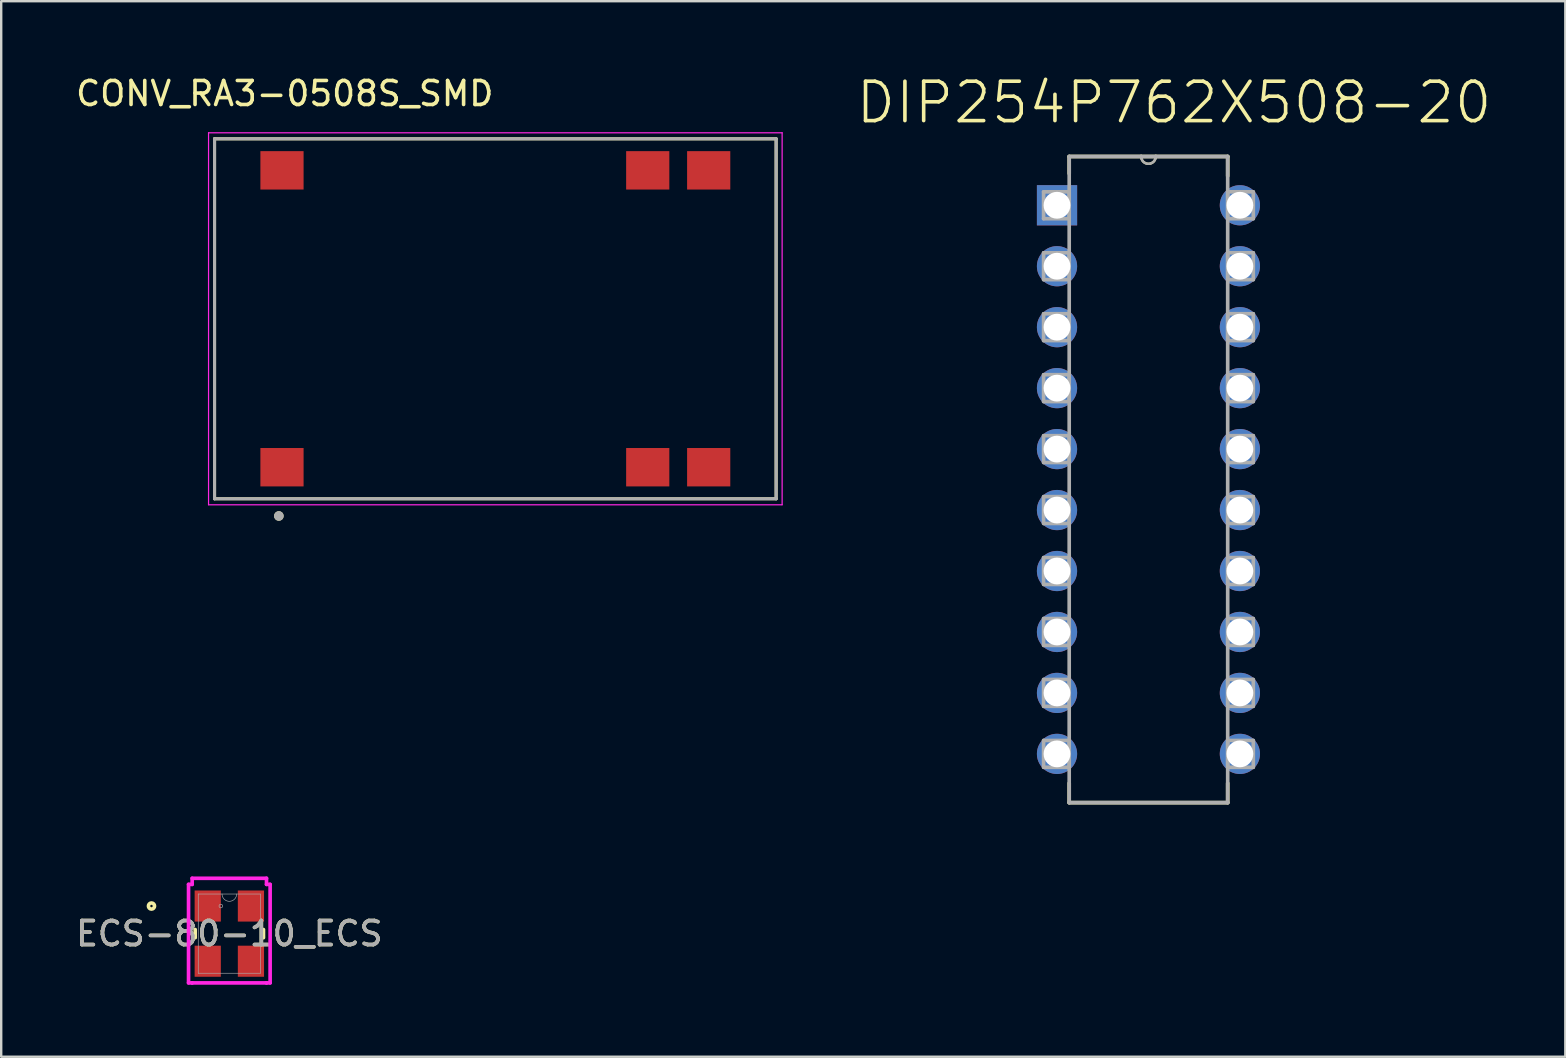
<source format=kicad_pcb>
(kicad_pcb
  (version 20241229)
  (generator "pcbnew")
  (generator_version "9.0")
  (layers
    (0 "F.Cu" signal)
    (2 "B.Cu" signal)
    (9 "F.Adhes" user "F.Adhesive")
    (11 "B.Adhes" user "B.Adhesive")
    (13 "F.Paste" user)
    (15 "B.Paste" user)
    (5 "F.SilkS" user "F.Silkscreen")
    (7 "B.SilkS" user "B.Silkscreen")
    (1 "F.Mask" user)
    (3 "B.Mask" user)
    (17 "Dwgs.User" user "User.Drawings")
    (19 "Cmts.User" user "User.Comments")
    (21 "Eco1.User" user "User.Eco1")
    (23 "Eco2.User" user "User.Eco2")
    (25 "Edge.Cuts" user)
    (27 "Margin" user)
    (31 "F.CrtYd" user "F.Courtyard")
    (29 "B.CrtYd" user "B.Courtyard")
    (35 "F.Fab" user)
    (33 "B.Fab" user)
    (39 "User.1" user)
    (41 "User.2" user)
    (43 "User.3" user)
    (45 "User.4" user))
  (footprint "DIP254P762X508-20"
    (layer "F.Cu")
    (at 48.614 28.363)
    (property "Reference" "DIP254P762X508-20" (at -2.744 -27.14 0) (layer "F.SilkS") (effects (font (size 1.641 1.641) (thickness 0.15))))
    (attr through_hole)
    (fp_line (start -7.112 -24.892) (end -7.112 -24.181) (stroke (width 0.152) (type solid)) (layer "F.SilkS"))
    (fp_line (start -7.112 1.219) (end -7.112 2.032) (stroke (width 0.152) (type solid)) (layer "F.SilkS"))
    (fp_line (start -7.112 2.032) (end -0.508 2.032) (stroke (width 0.152) (type solid)) (layer "F.SilkS"))
    (fp_line (start -4.115 -24.892) (end -7.112 -24.892) (stroke (width 0.152) (type solid)) (layer "F.SilkS"))
    (fp_line (start -3.505 -24.892) (end -4.115 -24.892) (stroke (width 0.152) (type solid)) (layer "F.SilkS"))
    (fp_line (start -0.508 -24.892) (end -3.505 -24.892) (stroke (width 0.152) (type solid)) (layer "F.SilkS"))
    (fp_line (start -0.508 -24.079) (end -0.508 -24.892) (stroke (width 0.152) (type solid)) (layer "F.SilkS"))
    (fp_line (start -0.508 2.032) (end -0.508 1.219) (stroke (width 0.152) (type solid)) (layer "F.SilkS"))
    (fp_arc (start -3.5052 -24.892) (mid -3.81 -24.5872) (end -4.1148 -24.892) (stroke (width 0.1) (type solid)) (layer "F.SilkS"))
    (fp_line (start -8.179 -23.419) (end -8.179 -22.301) (stroke (width 0.152) (type solid)) (layer "F.Fab"))
    (fp_line (start -8.179 -22.301) (end -7.112 -22.301) (stroke (width 0.152) (type solid)) (layer "F.Fab"))
    (fp_line (start -8.179 -20.879) (end -8.179 -19.761) (stroke (width 0.152) (type solid)) (layer "F.Fab"))
    (fp_line (start -8.179 -19.761) (end -7.112 -19.761) (stroke (width 0.152) (type solid)) (layer "F.Fab"))
    (fp_line (start -8.179 -18.339) (end -8.179 -17.221) (stroke (width 0.152) (type solid)) (layer "F.Fab"))
    (fp_line (start -8.179 -17.221) (end -7.112 -17.221) (stroke (width 0.152) (type solid)) (layer "F.Fab"))
    (fp_line (start -8.179 -15.799) (end -8.179 -14.681) (stroke (width 0.152) (type solid)) (layer "F.Fab"))
    (fp_line (start -8.179 -14.681) (end -7.112 -14.681) (stroke (width 0.152) (type solid)) (layer "F.Fab"))
    (fp_line (start -8.179 -13.259) (end -8.179 -12.141) (stroke (width 0.152) (type solid)) (layer "F.Fab"))
    (fp_line (start -8.179 -12.141) (end -7.112 -12.141) (stroke (width 0.152) (type solid)) (layer "F.Fab"))
    (fp_line (start -8.179 -10.719) (end -8.179 -9.601) (stroke (width 0.152) (type solid)) (layer "F.Fab"))
    (fp_line (start -8.179 -9.601) (end -7.112 -9.601) (stroke (width 0.152) (type solid)) (layer "F.Fab"))
    (fp_line (start -8.179 -8.179) (end -8.179 -7.061) (stroke (width 0.152) (type solid)) (layer "F.Fab"))
    (fp_line (start -8.179 -7.061) (end -7.112 -7.061) (stroke (width 0.152) (type solid)) (layer "F.Fab"))
    (fp_line (start -8.179 -5.639) (end -8.179 -4.521) (stroke (width 0.152) (type solid)) (layer "F.Fab"))
    (fp_line (start -8.179 -4.521) (end -7.112 -4.521) (stroke (width 0.152) (type solid)) (layer "F.Fab"))
    (fp_line (start -8.179 -3.099) (end -8.179 -1.981) (stroke (width 0.152) (type solid)) (layer "F.Fab"))
    (fp_line (start -8.179 -1.981) (end -7.112 -1.981) (stroke (width 0.152) (type solid)) (layer "F.Fab"))
    (fp_line (start -8.179 -0.559) (end -8.179 0.559) (stroke (width 0.152) (type solid)) (layer "F.Fab"))
    (fp_line (start -8.179 0.559) (end -7.112 0.559) (stroke (width 0.152) (type solid)) (layer "F.Fab"))
    (fp_line (start -7.112 -24.892) (end -7.112 2.032) (stroke (width 0.152) (type solid)) (layer "F.Fab"))
    (fp_line (start -7.112 -23.419) (end -8.179 -23.419) (stroke (width 0.152) (type solid)) (layer "F.Fab"))
    (fp_line (start -7.112 -22.301) (end -7.112 -23.419) (stroke (width 0.152) (type solid)) (layer "F.Fab"))
    (fp_line (start -7.112 -20.879) (end -8.179 -20.879) (stroke (width 0.152) (type solid)) (layer "F.Fab"))
    (fp_line (start -7.112 -19.761) (end -7.112 -20.879) (stroke (width 0.152) (type solid)) (layer "F.Fab"))
    (fp_line (start -7.112 -18.339) (end -8.179 -18.339) (stroke (width 0.152) (type solid)) (layer "F.Fab"))
    (fp_line (start -7.112 -17.221) (end -7.112 -18.339) (stroke (width 0.152) (type solid)) (layer "F.Fab"))
    (fp_line (start -7.112 -15.799) (end -8.179 -15.799) (stroke (width 0.152) (type solid)) (layer "F.Fab"))
    (fp_line (start -7.112 -14.681) (end -7.112 -15.799) (stroke (width 0.152) (type solid)) (layer "F.Fab"))
    (fp_line (start -7.112 -13.259) (end -8.179 -13.259) (stroke (width 0.152) (type solid)) (layer "F.Fab"))
    (fp_line (start -7.112 -12.141) (end -7.112 -13.259) (stroke (width 0.152) (type solid)) (layer "F.Fab"))
    (fp_line (start -7.112 -10.719) (end -8.179 -10.719) (stroke (width 0.152) (type solid)) (layer "F.Fab"))
    (fp_line (start -7.112 -9.601) (end -7.112 -10.719) (stroke (width 0.152) (type solid)) (layer "F.Fab"))
    (fp_line (start -7.112 -8.179) (end -8.179 -8.179) (stroke (width 0.152) (type solid)) (layer "F.Fab"))
    (fp_line (start -7.112 -7.061) (end -7.112 -8.179) (stroke (width 0.152) (type solid)) (layer "F.Fab"))
    (fp_line (start -7.112 -5.639) (end -8.179 -5.639) (stroke (width 0.152) (type solid)) (layer "F.Fab"))
    (fp_line (start -7.112 -4.521) (end -7.112 -5.639) (stroke (width 0.152) (type solid)) (layer "F.Fab"))
    (fp_line (start -7.112 -3.099) (end -8.179 -3.099) (stroke (width 0.152) (type solid)) (layer "F.Fab"))
    (fp_line (start -7.112 -1.981) (end -7.112 -3.099) (stroke (width 0.152) (type solid)) (layer "F.Fab"))
    (fp_line (start -7.112 -0.559) (end -8.179 -0.559) (stroke (width 0.152) (type solid)) (layer "F.Fab"))
    (fp_line (start -7.112 0.559) (end -7.112 -0.559) (stroke (width 0.152) (type solid)) (layer "F.Fab"))
    (fp_line (start -7.112 2.032) (end -0.508 2.032) (stroke (width 0.152) (type solid)) (layer "F.Fab"))
    (fp_line (start -4.115 -24.892) (end -7.112 -24.892) (stroke (width 0.152) (type solid)) (layer "F.Fab"))
    (fp_line (start -3.505 -24.892) (end -4.115 -24.892) (stroke (width 0.152) (type solid)) (layer "F.Fab"))
    (fp_line (start -0.508 -24.892) (end -3.505 -24.892) (stroke (width 0.152) (type solid)) (layer "F.Fab"))
    (fp_line (start -0.508 -23.419) (end -0.508 -22.301) (stroke (width 0.152) (type solid)) (layer "F.Fab"))
    (fp_line (start -0.508 -22.301) (end 0.559 -22.301) (stroke (width 0.152) (type solid)) (layer "F.Fab"))
    (fp_line (start -0.508 -20.879) (end -0.508 -19.761) (stroke (width 0.152) (type solid)) (layer "F.Fab"))
    (fp_line (start -0.508 -19.761) (end 0.559 -19.761) (stroke (width 0.152) (type solid)) (layer "F.Fab"))
    (fp_line (start -0.508 -18.339) (end -0.508 -17.221) (stroke (width 0.152) (type solid)) (layer "F.Fab"))
    (fp_line (start -0.508 -17.221) (end 0.559 -17.221) (stroke (width 0.152) (type solid)) (layer "F.Fab"))
    (fp_line (start -0.508 -15.799) (end -0.508 -14.681) (stroke (width 0.152) (type solid)) (layer "F.Fab"))
    (fp_line (start -0.508 -14.681) (end 0.559 -14.681) (stroke (width 0.152) (type solid)) (layer "F.Fab"))
    (fp_line (start -0.508 -13.259) (end -0.508 -12.141) (stroke (width 0.152) (type solid)) (layer "F.Fab"))
    (fp_line (start -0.508 -12.141) (end 0.559 -12.141) (stroke (width 0.152) (type solid)) (layer "F.Fab"))
    (fp_line (start -0.508 -10.719) (end -0.508 -9.601) (stroke (width 0.152) (type solid)) (layer "F.Fab"))
    (fp_line (start -0.508 -9.601) (end 0.559 -9.601) (stroke (width 0.152) (type solid)) (layer "F.Fab"))
    (fp_line (start -0.508 -8.179) (end -0.508 -7.061) (stroke (width 0.152) (type solid)) (layer "F.Fab"))
    (fp_line (start -0.508 -7.061) (end 0.559 -7.061) (stroke (width 0.152) (type solid)) (layer "F.Fab"))
    (fp_line (start -0.508 -5.639) (end -0.508 -4.521) (stroke (width 0.152) (type solid)) (layer "F.Fab"))
    (fp_line (start -0.508 -4.521) (end 0.559 -4.521) (stroke (width 0.152) (type solid)) (layer "F.Fab"))
    (fp_line (start -0.508 -3.099) (end -0.508 -1.981) (stroke (width 0.152) (type solid)) (layer "F.Fab"))
    (fp_line (start -0.508 -1.981) (end 0.559 -1.981) (stroke (width 0.152) (type solid)) (layer "F.Fab"))
    (fp_line (start -0.508 -0.559) (end -0.508 0.559) (stroke (width 0.152) (type solid)) (layer "F.Fab"))
    (fp_line (start -0.508 0.559) (end 0.559 0.559) (stroke (width 0.152) (type solid)) (layer "F.Fab"))
    (fp_line (start -0.508 2.032) (end -0.508 -24.892) (stroke (width 0.152) (type solid)) (layer "F.Fab"))
    (fp_line (start 0.559 -23.419) (end -0.508 -23.419) (stroke (width 0.152) (type solid)) (layer "F.Fab"))
    (fp_line (start 0.559 -22.301) (end 0.559 -23.419) (stroke (width 0.152) (type solid)) (layer "F.Fab"))
    (fp_line (start 0.559 -20.879) (end -0.508 -20.879) (stroke (width 0.152) (type solid)) (layer "F.Fab"))
    (fp_line (start 0.559 -19.761) (end 0.559 -20.879) (stroke (width 0.152) (type solid)) (layer "F.Fab"))
    (fp_line (start 0.559 -18.339) (end -0.508 -18.339) (stroke (width 0.152) (type solid)) (layer "F.Fab"))
    (fp_line (start 0.559 -17.221) (end 0.559 -18.339) (stroke (width 0.152) (type solid)) (layer "F.Fab"))
    (fp_line (start 0.559 -15.799) (end -0.508 -15.799) (stroke (width 0.152) (type solid)) (layer "F.Fab"))
    (fp_line (start 0.559 -14.681) (end 0.559 -15.799) (stroke (width 0.152) (type solid)) (layer "F.Fab"))
    (fp_line (start 0.559 -13.259) (end -0.508 -13.259) (stroke (width 0.152) (type solid)) (layer "F.Fab"))
    (fp_line (start 0.559 -12.141) (end 0.559 -13.259) (stroke (width 0.152) (type solid)) (layer "F.Fab"))
    (fp_line (start 0.559 -10.719) (end -0.508 -10.719) (stroke (width 0.152) (type solid)) (layer "F.Fab"))
    (fp_line (start 0.559 -9.601) (end 0.559 -10.719) (stroke (width 0.152) (type solid)) (layer "F.Fab"))
    (fp_line (start 0.559 -8.179) (end -0.508 -8.179) (stroke (width 0.152) (type solid)) (layer "F.Fab"))
    (fp_line (start 0.559 -7.061) (end 0.559 -8.179) (stroke (width 0.152) (type solid)) (layer "F.Fab"))
    (fp_line (start 0.559 -5.639) (end -0.508 -5.639) (stroke (width 0.152) (type solid)) (layer "F.Fab"))
    (fp_line (start 0.559 -4.521) (end 0.559 -5.639) (stroke (width 0.152) (type solid)) (layer "F.Fab"))
    (fp_line (start 0.559 -3.099) (end -0.508 -3.099) (stroke (width 0.152) (type solid)) (layer "F.Fab"))
    (fp_line (start 0.559 -1.981) (end 0.559 -3.099) (stroke (width 0.152) (type solid)) (layer "F.Fab"))
    (fp_line (start 0.559 -0.559) (end -0.508 -0.559) (stroke (width 0.152) (type solid)) (layer "F.Fab"))
    (fp_line (start 0.559 0.559) (end 0.559 -0.559) (stroke (width 0.152) (type solid)) (layer "F.Fab"))
    (fp_arc (start -3.5052 -24.892) (mid -3.81 -24.5872) (end -4.1148 -24.892) (stroke (width 0.1) (type solid)) (layer "F.Fab"))
    (pad "1" thru_hole rect (at -7.62 -22.86) (size 1.676 1.676) (drill 1.118) (layers "*.Cu" "*.Mask"))
    (pad "2" thru_hole circle (at -7.62 -20.32) (size 1.676 1.676) (drill 1.118) (layers "*.Cu" "*.Mask"))
    (pad "3" thru_hole circle (at -7.62 -17.78) (size 1.676 1.676) (drill 1.118) (layers "*.Cu" "*.Mask"))
    (pad "4" thru_hole circle (at -7.62 -15.24) (size 1.676 1.676) (drill 1.118) (layers "*.Cu" "*.Mask"))
    (pad "5" thru_hole circle (at -7.62 -12.7) (size 1.676 1.676) (drill 1.118) (layers "*.Cu" "*.Mask"))
    (pad "6" thru_hole circle (at -7.62 -10.16) (size 1.676 1.676) (drill 1.118) (layers "*.Cu" "*.Mask"))
    (pad "7" thru_hole circle (at -7.62 -7.62) (size 1.676 1.676) (drill 1.118) (layers "*.Cu" "*.Mask"))
    (pad "8" thru_hole circle (at -7.62 -5.08) (size 1.676 1.676) (drill 1.118) (layers "*.Cu" "*.Mask"))
    (pad "9" thru_hole circle (at -7.62 -2.54) (size 1.676 1.676) (drill 1.118) (layers "*.Cu" "*.Mask"))
    (pad "10" thru_hole circle (at -7.62 0) (size 1.676 1.676) (drill 1.118) (layers "*.Cu" "*.Mask"))
    (pad "11" thru_hole circle (at 0 0) (size 1.676 1.676) (drill 1.118) (layers "*.Cu" "*.Mask"))
    (pad "12" thru_hole circle (at 0 -2.54) (size 1.676 1.676) (drill 1.118) (layers "*.Cu" "*.Mask"))
    (pad "13" thru_hole circle (at 0 -5.08) (size 1.676 1.676) (drill 1.118) (layers "*.Cu" "*.Mask"))
    (pad "14" thru_hole circle (at 0 -7.62) (size 1.676 1.676) (drill 1.118) (layers "*.Cu" "*.Mask"))
    (pad "15" thru_hole circle (at 0 -10.16) (size 1.676 1.676) (drill 1.118) (layers "*.Cu" "*.Mask"))
    (pad "16" thru_hole circle (at 0 -12.7) (size 1.676 1.676) (drill 1.118) (layers "*.Cu" "*.Mask"))
    (pad "17" thru_hole circle (at 0 -15.24) (size 1.676 1.676) (drill 1.118) (layers "*.Cu" "*.Mask"))
    (pad "18" thru_hole circle (at 0 -17.78) (size 1.676 1.676) (drill 1.118) (layers "*.Cu" "*.Mask"))
    (pad "19" thru_hole circle (at 0 -20.32) (size 1.676 1.676) (drill 1.118) (layers "*.Cu" "*.Mask"))
    (pad "20" thru_hole circle (at 0 -22.86) (size 1.676 1.676) (drill 1.118) (layers "*.Cu" "*.Mask")))
  (footprint "ECS-80-10_ECS"
    (layer "F.Cu")
    (at 6.506 35.853)
    (property "Reference" "ECS-80-10_ECS" (at 0 0 0) (unlocked yes) (layer "F.SilkS") (effects (font (size 1 1) (thickness 0.15))))
    (attr smd)
    (fp_line (start -1.422 -0.17) (end -1.422 0.17) (stroke (width 0.152) (type solid)) (layer "F.SilkS"))
    (fp_line (start 1.422 0.17) (end 1.422 -0.17) (stroke (width 0.152) (type solid)) (layer "F.SilkS"))
    (fp_circle (center -3.244 -1.15) (end -3.117 -1.15) (stroke (width 0.152) (type solid)) (fill no) (layer "F.SilkS"))
    (fp_line (start -1.7 -2.052) (end -1.549 -2.052) (stroke (width 0.152) (type solid)) (layer "F.CrtYd"))
    (fp_line (start -1.7 2.052) (end -1.7 -2.052) (stroke (width 0.152) (type solid)) (layer "F.CrtYd"))
    (fp_line (start -1.7 2.052) (end -1.549 2.052) (stroke (width 0.152) (type solid)) (layer "F.CrtYd"))
    (fp_line (start -1.549 -2.306) (end 1.549 -2.306) (stroke (width 0.152) (type solid)) (layer "F.CrtYd"))
    (fp_line (start -1.549 -2.052) (end -1.549 -2.306) (stroke (width 0.152) (type solid)) (layer "F.CrtYd"))
    (fp_line (start -1.549 2.052) (end -1.549 2.052) (stroke (width 0.152) (type solid)) (layer "F.CrtYd"))
    (fp_line (start 1.549 -2.306) (end 1.549 -2.052) (stroke (width 0.152) (type solid)) (layer "F.CrtYd"))
    (fp_line (start 1.549 2.052) (end -1.549 2.052) (stroke (width 0.152) (type solid)) (layer "F.CrtYd"))
    (fp_line (start 1.549 2.052) (end 1.549 2.052) (stroke (width 0.152) (type solid)) (layer "F.CrtYd"))
    (fp_line (start 1.7 -2.052) (end 1.549 -2.052) (stroke (width 0.152) (type solid)) (layer "F.CrtYd"))
    (fp_line (start 1.7 -2.052) (end 1.7 2.052) (stroke (width 0.152) (type solid)) (layer "F.CrtYd"))
    (fp_line (start 1.7 2.052) (end 1.549 2.052) (stroke (width 0.152) (type solid)) (layer "F.CrtYd"))
    (fp_line (start -1.295 -1.651) (end -1.295 1.651) (stroke (width 0.025) (type solid)) (layer "F.Fab"))
    (fp_line (start -1.295 1.651) (end 1.295 1.651) (stroke (width 0.025) (type solid)) (layer "F.Fab"))
    (fp_line (start 1.295 -1.651) (end -1.295 -1.651) (stroke (width 0.025) (type solid)) (layer "F.Fab"))
    (fp_line (start 1.295 1.651) (end 1.295 -1.651) (stroke (width 0.025) (type solid)) (layer "F.Fab"))
    (fp_arc (start 0.3048 -1.651) (mid 0 -1.3462) (end -0.3048 -1.651) (stroke (width 0.0254) (type solid)) (layer "F.Fab"))
    (fp_circle (center -0.354 -1.15) (end -0.278 -1.15) (stroke (width 0.025) (type solid)) (fill no) (layer "F.Fab"))
    (fp_text user "${REFERENCE}" (at 0 0 0) (unlocked yes) (layer "F.Fab") (effects (font (size 1 1) (thickness 0.15))))
    (pad "1" smd rect (at -0.9 -1.15) (size 1.092 1.295) (layers "F.Cu" "F.Mask" "F.Paste"))
    (pad "2" smd rect (at -0.9 1.15) (size 1.092 1.295) (layers "F.Cu" "F.Mask" "F.Paste"))
    (pad "3" smd rect (at 0.9 1.15) (size 1.092 1.295) (layers "F.Cu" "F.Mask" "F.Paste"))
    (pad "4" smd rect (at 0.9 -1.15) (size 1.092 1.295) (layers "F.Cu" "F.Mask" "F.Paste")))
  (footprint "CONV_RA3-0508S_SMD"
    (layer "F.Cu")
    (at 17.59 10.233)
    (property "Reference" "CONV_RA3-0508S_SMD" (at -8.775 -9.385 0) (layer "F.SilkS") (effects (font (size 1 1) (thickness 0.15))))
    (attr smd)
    (fp_line (start -11.7 -7.5) (end 11.7 -7.5) (stroke (width 0.127) (type solid)) (layer "F.SilkS"))
    (fp_line (start -11.7 7.5) (end -11.7 -7.5) (stroke (width 0.127) (type solid)) (layer "F.SilkS"))
    (fp_line (start 11.7 -7.5) (end 11.7 7.5) (stroke (width 0.127) (type solid)) (layer "F.SilkS"))
    (fp_line (start 11.7 7.5) (end -11.7 7.5) (stroke (width 0.127) (type solid)) (layer "F.SilkS"))
    (fp_circle (center -9.021 8.217) (end -8.921 8.217) (stroke (width 0.2) (type solid)) (fill no) (layer "F.SilkS"))
    (fp_line (start -11.95 -7.75) (end -11.95 7.75) (stroke (width 0.05) (type solid)) (layer "F.CrtYd"))
    (fp_line (start -11.95 7.75) (end 11.95 7.75) (stroke (width 0.05) (type solid)) (layer "F.CrtYd"))
    (fp_line (start 11.95 -7.75) (end -11.95 -7.75) (stroke (width 0.05) (type solid)) (layer "F.CrtYd"))
    (fp_line (start 11.95 7.75) (end 11.95 -7.75) (stroke (width 0.05) (type solid)) (layer "F.CrtYd"))
    (fp_line (start -11.7 -7.5) (end 11.7 -7.5) (stroke (width 0.127) (type solid)) (layer "F.Fab"))
    (fp_line (start -11.7 7.5) (end -11.7 -7.5) (stroke (width 0.127) (type solid)) (layer "F.Fab"))
    (fp_line (start 11.7 -7.5) (end 11.7 7.5) (stroke (width 0.127) (type solid)) (layer "F.Fab"))
    (fp_line (start 11.7 7.5) (end -11.7 7.5) (stroke (width 0.127) (type solid)) (layer "F.Fab"))
    (fp_circle (center -9.021 8.217) (end -8.921 8.217) (stroke (width 0.2) (type solid)) (fill no) (layer "F.Fab"))
    (pad "1" smd rect (at -8.89 6.185) (size 1.8 1.6) (layers "F.Cu" "F.Mask" "F.Paste"))
    (pad "7" smd rect (at 6.35 6.185) (size 1.8 1.6) (layers "F.Cu" "F.Mask" "F.Paste"))
    (pad "8" smd rect (at 8.89 6.185) (size 1.8 1.6) (layers "F.Cu" "F.Mask" "F.Paste"))
    (pad "9" smd rect (at 8.89 -6.185) (size 1.8 1.6) (layers "F.Cu" "F.Mask" "F.Paste"))
    (pad "10" smd rect (at 6.35 -6.185) (size 1.8 1.6) (layers "F.Cu" "F.Mask" "F.Paste"))
    (pad "16" smd rect (at -8.89 -6.185) (size 1.8 1.6) (layers "F.Cu" "F.Mask" "F.Paste")))
  (gr_rect
    (start -3 -3)
    (end 62.174 40.981)
    (stroke (width 0.1) (type default))
    (fill no)
    (layer "Edge.Cuts")))
</source>
